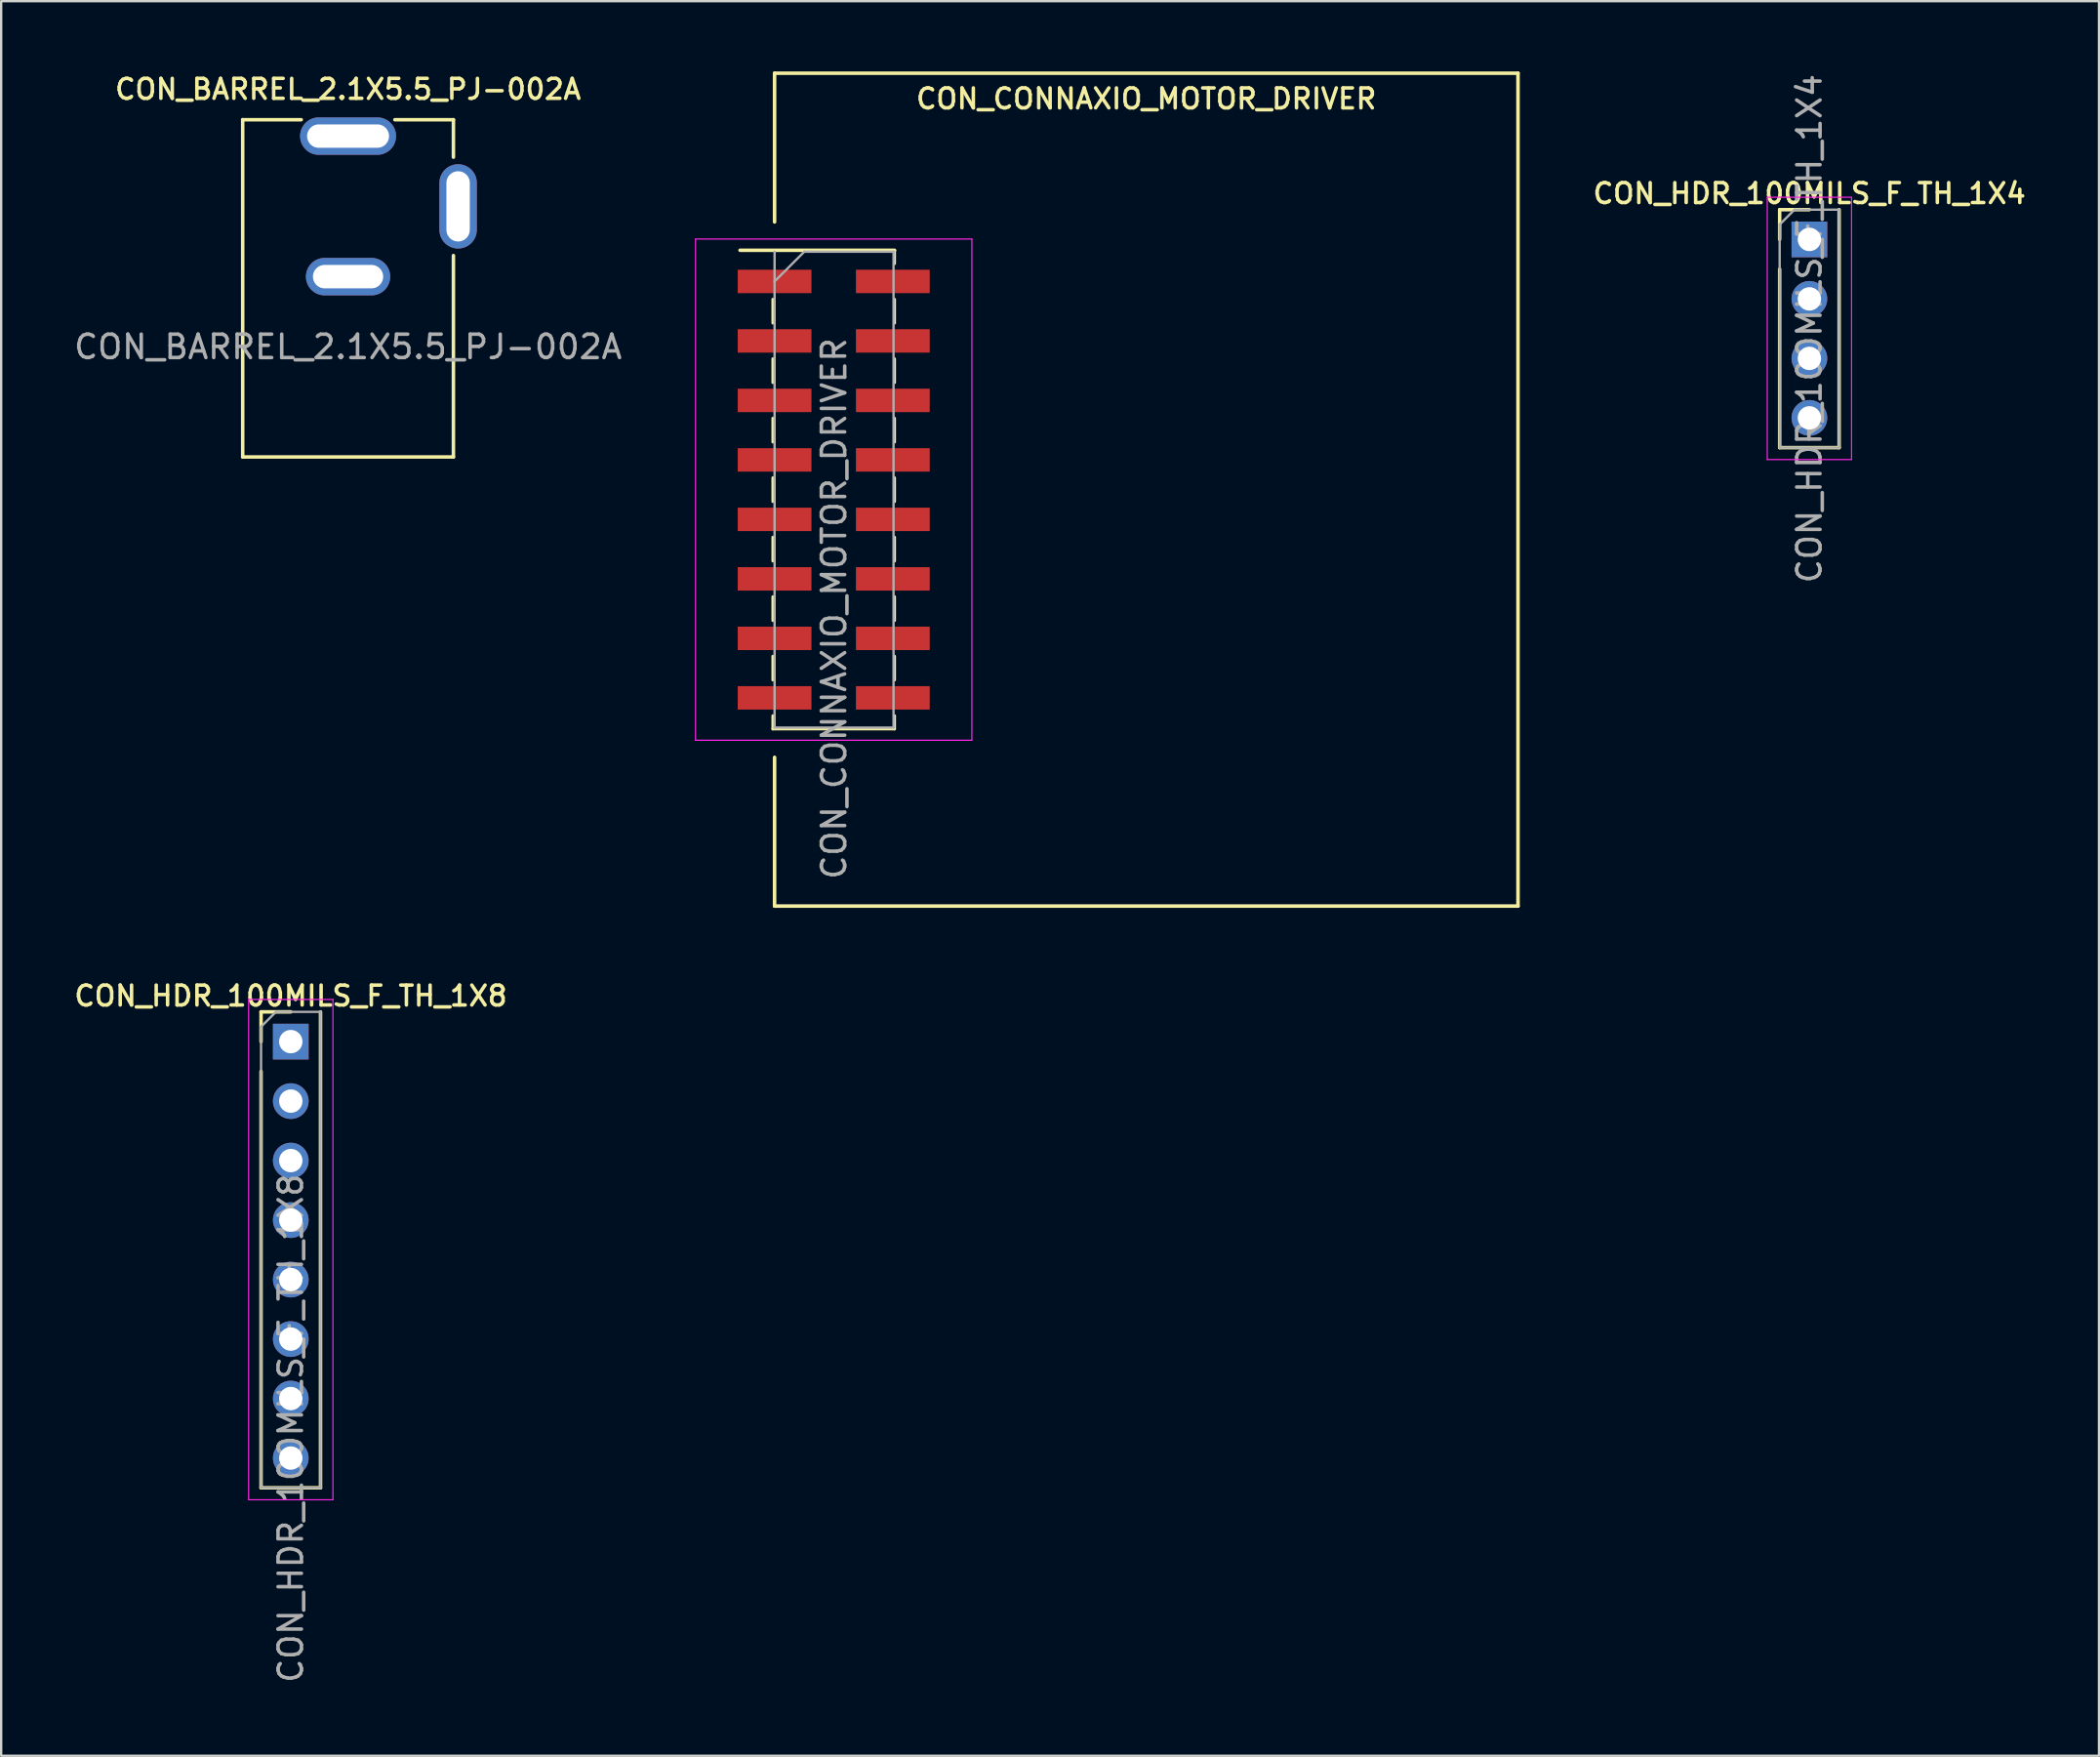
<source format=kicad_pcb>
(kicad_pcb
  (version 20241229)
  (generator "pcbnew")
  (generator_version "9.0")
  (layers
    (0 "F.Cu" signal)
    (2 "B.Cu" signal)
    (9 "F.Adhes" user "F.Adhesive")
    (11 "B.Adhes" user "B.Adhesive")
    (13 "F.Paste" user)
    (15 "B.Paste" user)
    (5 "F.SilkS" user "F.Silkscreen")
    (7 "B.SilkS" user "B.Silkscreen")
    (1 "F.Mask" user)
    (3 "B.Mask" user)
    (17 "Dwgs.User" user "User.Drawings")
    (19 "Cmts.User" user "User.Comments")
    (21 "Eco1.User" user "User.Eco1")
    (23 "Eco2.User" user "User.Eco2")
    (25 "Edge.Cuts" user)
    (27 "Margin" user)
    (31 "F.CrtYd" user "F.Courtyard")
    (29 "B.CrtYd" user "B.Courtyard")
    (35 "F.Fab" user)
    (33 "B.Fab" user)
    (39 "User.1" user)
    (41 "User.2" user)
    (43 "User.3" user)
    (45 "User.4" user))
  (footprint "CON_HDR_100MILS_F_TH_1X4"
    (layer "F.Cu")
    (at 74.226 10.982)
    (property "Reference" "CON_HDR_100MILS_F_TH_1X4" (at 0 -5.77 0) (layer "F.SilkS") (effects (font (size 0.85 0.85) (thickness 0.15))))
    (attr through_hole)
    (fp_line (start -1.27 -5.08) (end 0 -5.08) (stroke (width 0.15) (type solid)) (layer "F.SilkS"))
    (fp_line (start -1.27 -3.81) (end -1.27 -5.08) (stroke (width 0.15) (type solid)) (layer "F.SilkS"))
    (fp_line (start -1.27 -2.54) (end -1.27 5.08) (stroke (width 0.15) (type solid)) (layer "F.SilkS"))
    (fp_line (start -1.27 5.08) (end 1.27 5.08) (stroke (width 0.15) (type solid)) (layer "F.SilkS"))
    (fp_line (start 1.27 5.08) (end 1.27 -5.08) (stroke (width 0.15) (type solid)) (layer "F.SilkS"))
    (fp_line (start -1.8 -5.61) (end -1.8 5.59) (stroke (width 0.05) (type solid)) (layer "F.CrtYd"))
    (fp_line (start -1.8 5.59) (end 1.8 5.59) (stroke (width 0.05) (type solid)) (layer "F.CrtYd"))
    (fp_line (start 1.8 -5.61) (end -1.8 -5.61) (stroke (width 0.05) (type solid)) (layer "F.CrtYd"))
    (fp_line (start 1.8 5.59) (end 1.8 -5.61) (stroke (width 0.05) (type solid)) (layer "F.CrtYd"))
    (fp_line (start -1.27 -4.445) (end -0.635 -5.08) (stroke (width 0.1) (type solid)) (layer "F.Fab"))
    (fp_line (start -1.27 5.08) (end -1.27 -4.445) (stroke (width 0.1) (type solid)) (layer "F.Fab"))
    (fp_line (start -0.635 -5.08) (end 1.27 -5.08) (stroke (width 0.1) (type solid)) (layer "F.Fab"))
    (fp_line (start 1.27 -5.08) (end 1.27 5.08) (stroke (width 0.1) (type solid)) (layer "F.Fab"))
    (fp_line (start 1.27 5.08) (end -1.27 5.08) (stroke (width 0.1) (type solid)) (layer "F.Fab"))
    (fp_text user "${REFERENCE}" (at 0 0 90) (layer "F.Fab") (effects (font (size 1 1) (thickness 0.15))))
    (pad "1" thru_hole rect (at 0 -3.81) (size 1.524 1.524) (drill 1) (layers "*.Cu" "*.Mask"))
    (pad "2" thru_hole circle (at 0 -1.27) (size 1.524 1.524) (drill 1) (layers "*.Cu" "*.Mask"))
    (pad "3" thru_hole circle (at 0 1.27) (size 1.524 1.524) (drill 1) (layers "*.Cu" "*.Mask"))
    (pad "4" thru_hole circle (at 0 3.81) (size 1.524 1.524) (drill 1) (layers "*.Cu" "*.Mask")))
  (footprint "CON_CONNAXIO_MOTOR_DRIVER"
    (layer "F.Cu")
    (at 45.906 17.856)
    (property "Reference" "CON_CONNAXIO_MOTOR_DRIVER" (at 0 -16.688 0) (layer "F.SilkS") (effects (font (size 0.85 0.85) (thickness 0.15))))
    (attr through_hole exclude_from_pos_files exclude_from_bom)
    (fp_line (start -17.35 -10.22) (end -10.75 -10.22) (stroke (width 0.15) (type solid)) (layer "F.SilkS"))
    (fp_line (start -15.95 -8.13) (end -15.95 -7.11) (stroke (width 0.12) (type solid)) (layer "F.SilkS"))
    (fp_line (start -15.95 -5.59) (end -15.95 -4.57) (stroke (width 0.12) (type solid)) (layer "F.SilkS"))
    (fp_line (start -15.95 -3.05) (end -15.95 -2.03) (stroke (width 0.12) (type solid)) (layer "F.SilkS"))
    (fp_line (start -15.95 -0.51) (end -15.95 0.51) (stroke (width 0.12) (type solid)) (layer "F.SilkS"))
    (fp_line (start -15.95 2.03) (end -15.95 3.05) (stroke (width 0.12) (type solid)) (layer "F.SilkS"))
    (fp_line (start -15.95 4.57) (end -15.95 5.59) (stroke (width 0.12) (type solid)) (layer "F.SilkS"))
    (fp_line (start -15.95 7.11) (end -15.95 8.13) (stroke (width 0.12) (type solid)) (layer "F.SilkS"))
    (fp_line (start -15.95 9.65) (end -15.95 10.22) (stroke (width 0.12) (type solid)) (layer "F.SilkS"))
    (fp_line (start -15.95 10.22) (end -10.75 10.22) (stroke (width 0.12) (type solid)) (layer "F.SilkS"))
    (fp_line (start -15.875 -17.78) (end -15.875 -11.43) (stroke (width 0.152) (type solid)) (layer "F.SilkS"))
    (fp_line (start -15.875 -17.78) (end 15.875 -17.78) (stroke (width 0.152) (type solid)) (layer "F.SilkS"))
    (fp_line (start -15.875 17.78) (end -15.875 11.43) (stroke (width 0.152) (type solid)) (layer "F.SilkS"))
    (fp_line (start -10.75 -10.22) (end -10.75 -9.65) (stroke (width 0.12) (type solid)) (layer "F.SilkS"))
    (fp_line (start -10.75 -8.13) (end -10.75 -7.11) (stroke (width 0.12) (type solid)) (layer "F.SilkS"))
    (fp_line (start -10.75 -5.59) (end -10.75 -4.57) (stroke (width 0.12) (type solid)) (layer "F.SilkS"))
    (fp_line (start -10.75 -3.05) (end -10.75 -2.03) (stroke (width 0.12) (type solid)) (layer "F.SilkS"))
    (fp_line (start -10.75 -0.51) (end -10.75 0.51) (stroke (width 0.12) (type solid)) (layer "F.SilkS"))
    (fp_line (start -10.75 2.03) (end -10.75 3.05) (stroke (width 0.12) (type solid)) (layer "F.SilkS"))
    (fp_line (start -10.75 4.57) (end -10.75 5.59) (stroke (width 0.12) (type solid)) (layer "F.SilkS"))
    (fp_line (start -10.75 7.11) (end -10.75 8.13) (stroke (width 0.12) (type solid)) (layer "F.SilkS"))
    (fp_line (start -10.75 9.65) (end -10.75 10.22) (stroke (width 0.12) (type solid)) (layer "F.SilkS"))
    (fp_line (start 15.875 -17.78) (end 15.875 17.78) (stroke (width 0.152) (type solid)) (layer "F.SilkS"))
    (fp_line (start 15.875 17.78) (end -15.875 17.78) (stroke (width 0.152) (type solid)) (layer "F.SilkS"))
    (fp_line (start -19.25 -10.7) (end -19.25 10.7) (stroke (width 0.05) (type solid)) (layer "F.CrtYd"))
    (fp_line (start -19.25 10.7) (end -7.45 10.7) (stroke (width 0.05) (type solid)) (layer "F.CrtYd"))
    (fp_line (start -7.45 -10.7) (end -19.25 -10.7) (stroke (width 0.05) (type solid)) (layer "F.CrtYd"))
    (fp_line (start -7.45 10.7) (end -7.45 -10.7) (stroke (width 0.05) (type solid)) (layer "F.CrtYd"))
    (fp_line (start -15.875 -8.89) (end -14.605 -10.16) (stroke (width 0.1) (type solid)) (layer "F.Fab"))
    (fp_line (start -15.875 10.16) (end -15.875 -10.16) (stroke (width 0.1) (type solid)) (layer "F.Fab"))
    (fp_line (start -14.605 -10.16) (end -10.795 -10.16) (stroke (width 0.1) (type solid)) (layer "F.Fab"))
    (fp_line (start -10.795 -10.16) (end -10.795 10.16) (stroke (width 0.1) (type solid)) (layer "F.Fab"))
    (fp_line (start -10.795 10.16) (end -15.875 10.16) (stroke (width 0.1) (type solid)) (layer "F.Fab"))
    (fp_text user "${REFERENCE}" (at -13.335 5.08 90) (layer "F.Fab") (effects (font (size 1 1) (thickness 0.15))))
    (pad "1" smd rect (at -15.875 -8.89) (size 3.15 1) (layers "F.Cu" "F.Mask" "F.Paste"))
    (pad "2" smd rect (at -10.825 -8.89) (size 3.15 1) (layers "F.Cu" "F.Mask" "F.Paste"))
    (pad "3" smd rect (at -15.875 -6.35) (size 3.15 1) (layers "F.Cu" "F.Mask" "F.Paste"))
    (pad "4" smd rect (at -10.825 -6.35) (size 3.15 1) (layers "F.Cu" "F.Mask" "F.Paste"))
    (pad "5" smd rect (at -15.875 -3.81) (size 3.15 1) (layers "F.Cu" "F.Mask" "F.Paste"))
    (pad "6" smd rect (at -10.825 -3.81) (size 3.15 1) (layers "F.Cu" "F.Mask" "F.Paste"))
    (pad "7" smd rect (at -15.875 -1.27) (size 3.15 1) (layers "F.Cu" "F.Mask" "F.Paste"))
    (pad "8" smd rect (at -10.825 -1.27) (size 3.15 1) (layers "F.Cu" "F.Mask" "F.Paste"))
    (pad "9" smd rect (at -15.875 1.27) (size 3.15 1) (layers "F.Cu" "F.Mask" "F.Paste"))
    (pad "10" smd rect (at -10.825 1.27) (size 3.15 1) (layers "F.Cu" "F.Mask" "F.Paste"))
    (pad "11" smd rect (at -15.875 3.81) (size 3.15 1) (layers "F.Cu" "F.Mask" "F.Paste"))
    (pad "12" smd rect (at -10.825 3.81) (size 3.15 1) (layers "F.Cu" "F.Mask" "F.Paste"))
    (pad "13" smd rect (at -15.875 6.35) (size 3.15 1) (layers "F.Cu" "F.Mask" "F.Paste"))
    (pad "14" smd rect (at -10.825 6.35) (size 3.15 1) (layers "F.Cu" "F.Mask" "F.Paste"))
    (pad "15" smd rect (at -15.875 8.89) (size 3.15 1) (layers "F.Cu" "F.Mask" "F.Paste"))
    (pad "16" smd rect (at -10.825 8.89) (size 3.15 1) (layers "F.Cu" "F.Mask" "F.Paste")))
  (footprint "CON_BARREL_2.1X5.5_PJ-002A"
    (layer "F.Cu")
    (at 11.815 9.261)
    (property "Reference" "CON_BARREL_2.1X5.5_PJ-002A" (at 0 -8.5 0) (unlocked yes) (layer "F.SilkS") (effects (font (size 0.85 0.85) (thickness 0.15))))
    (attr smd)
    (fp_line (start -4.5 -7.2) (end -4.5 7.2) (stroke (width 0.15) (type solid)) (layer "F.SilkS"))
    (fp_line (start -4.5 -7.2) (end -2 -7.2) (stroke (width 0.15) (type solid)) (layer "F.SilkS"))
    (fp_line (start -4.5 7.2) (end 4.5 7.2) (stroke (width 0.15) (type solid)) (layer "F.SilkS"))
    (fp_line (start 2 -7.2) (end 4.5 -7.2) (stroke (width 0.15) (type solid)) (layer "F.SilkS"))
    (fp_line (start 4.5 -7.2) (end 4.5 -5.6) (stroke (width 0.15) (type solid)) (layer "F.SilkS"))
    (fp_line (start 4.5 7.2) (end 4.5 -1.4) (stroke (width 0.15) (type solid)) (layer "F.SilkS"))
    (fp_text user "${REFERENCE}" (at 0 2.5 0) (unlocked yes) (layer "F.Fab") (effects (font (size 1 1) (thickness 0.15))))
    (pad "1" thru_hole oval (at 0 -6.5) (size 4.1 1.6) (drill oval 3.5 1) (layers "*.Cu" "*.Mask"))
    (pad "2" thru_hole oval (at 0 -0.5) (size 3.6 1.6) (drill oval 3 1) (layers "*.Cu" "*.Mask"))
    (pad "3" thru_hole oval (at 4.7 -3.5 90) (size 3.6 1.6) (drill oval 3 1) (layers "*.Cu" "*.Mask")))
  (footprint "CON_HDR_100MILS_F_TH_1X8"
    (layer "F.Cu")
    (at 9.369 50.313)
    (property "Reference" "CON_HDR_100MILS_F_TH_1X8" (at 0 -10.84 0) (layer "F.SilkS") (effects (font (size 0.85 0.85) (thickness 0.15))))
    (attr through_hole)
    (fp_line (start -1.27 -10.16) (end 0 -10.16) (stroke (width 0.15) (type solid)) (layer "F.SilkS"))
    (fp_line (start -1.27 -8.89) (end -1.27 -10.16) (stroke (width 0.15) (type solid)) (layer "F.SilkS"))
    (fp_line (start -1.27 -7.62) (end -1.27 10.16) (stroke (width 0.15) (type solid)) (layer "F.SilkS"))
    (fp_line (start -1.27 10.16) (end 1.27 10.16) (stroke (width 0.15) (type solid)) (layer "F.SilkS"))
    (fp_line (start 1.27 -10.16) (end 1.27 10.16) (stroke (width 0.15) (type solid)) (layer "F.SilkS"))
    (fp_line (start -1.8 -10.69) (end -1.8 10.67) (stroke (width 0.05) (type solid)) (layer "F.CrtYd"))
    (fp_line (start -1.8 10.67) (end 1.8 10.67) (stroke (width 0.05) (type solid)) (layer "F.CrtYd"))
    (fp_line (start 1.8 -10.69) (end -1.8 -10.69) (stroke (width 0.05) (type solid)) (layer "F.CrtYd"))
    (fp_line (start 1.8 10.67) (end 1.8 -10.69) (stroke (width 0.05) (type solid)) (layer "F.CrtYd"))
    (fp_line (start -1.27 -9.525) (end -0.635 -10.16) (stroke (width 0.1) (type solid)) (layer "F.Fab"))
    (fp_line (start -1.27 10.16) (end -1.27 -9.525) (stroke (width 0.1) (type solid)) (layer "F.Fab"))
    (fp_line (start -0.635 -10.16) (end 1.27 -10.16) (stroke (width 0.1) (type solid)) (layer "F.Fab"))
    (fp_line (start 1.27 -10.16) (end 1.27 10.16) (stroke (width 0.1) (type solid)) (layer "F.Fab"))
    (fp_line (start 1.27 10.16) (end -1.27 10.16) (stroke (width 0.1) (type solid)) (layer "F.Fab"))
    (fp_text user "${REFERENCE}" (at 0 7.62 90) (layer "F.Fab") (effects (font (size 1 1) (thickness 0.15))))
    (pad "1" thru_hole rect (at 0 -8.89) (size 1.524 1.524) (drill 1) (layers "*.Cu" "*.Mask"))
    (pad "2" thru_hole circle (at 0 -6.35) (size 1.524 1.524) (drill 1) (layers "*.Cu" "*.Mask"))
    (pad "3" thru_hole circle (at 0 -3.81) (size 1.524 1.524) (drill 1) (layers "*.Cu" "*.Mask"))
    (pad "4" thru_hole circle (at 0 -1.27) (size 1.524 1.524) (drill 1) (layers "*.Cu" "*.Mask"))
    (pad "5" thru_hole circle (at 0 1.27) (size 1.524 1.524) (drill 1) (layers "*.Cu" "*.Mask"))
    (pad "6" thru_hole circle (at 0 3.81) (size 1.524 1.524) (drill 1) (layers "*.Cu" "*.Mask"))
    (pad "7" thru_hole circle (at 0 6.35) (size 1.524 1.524) (drill 1) (layers "*.Cu" "*.Mask"))
    (pad "8" thru_hole circle (at 0 8.89) (size 1.524 1.524) (drill 1) (layers "*.Cu" "*.Mask")))
  (gr_rect
    (start -3 -3)
    (end 86.594 71.915)
    (stroke (width 0.1) (type default))
    (fill no)
    (layer "Edge.Cuts")))
</source>
